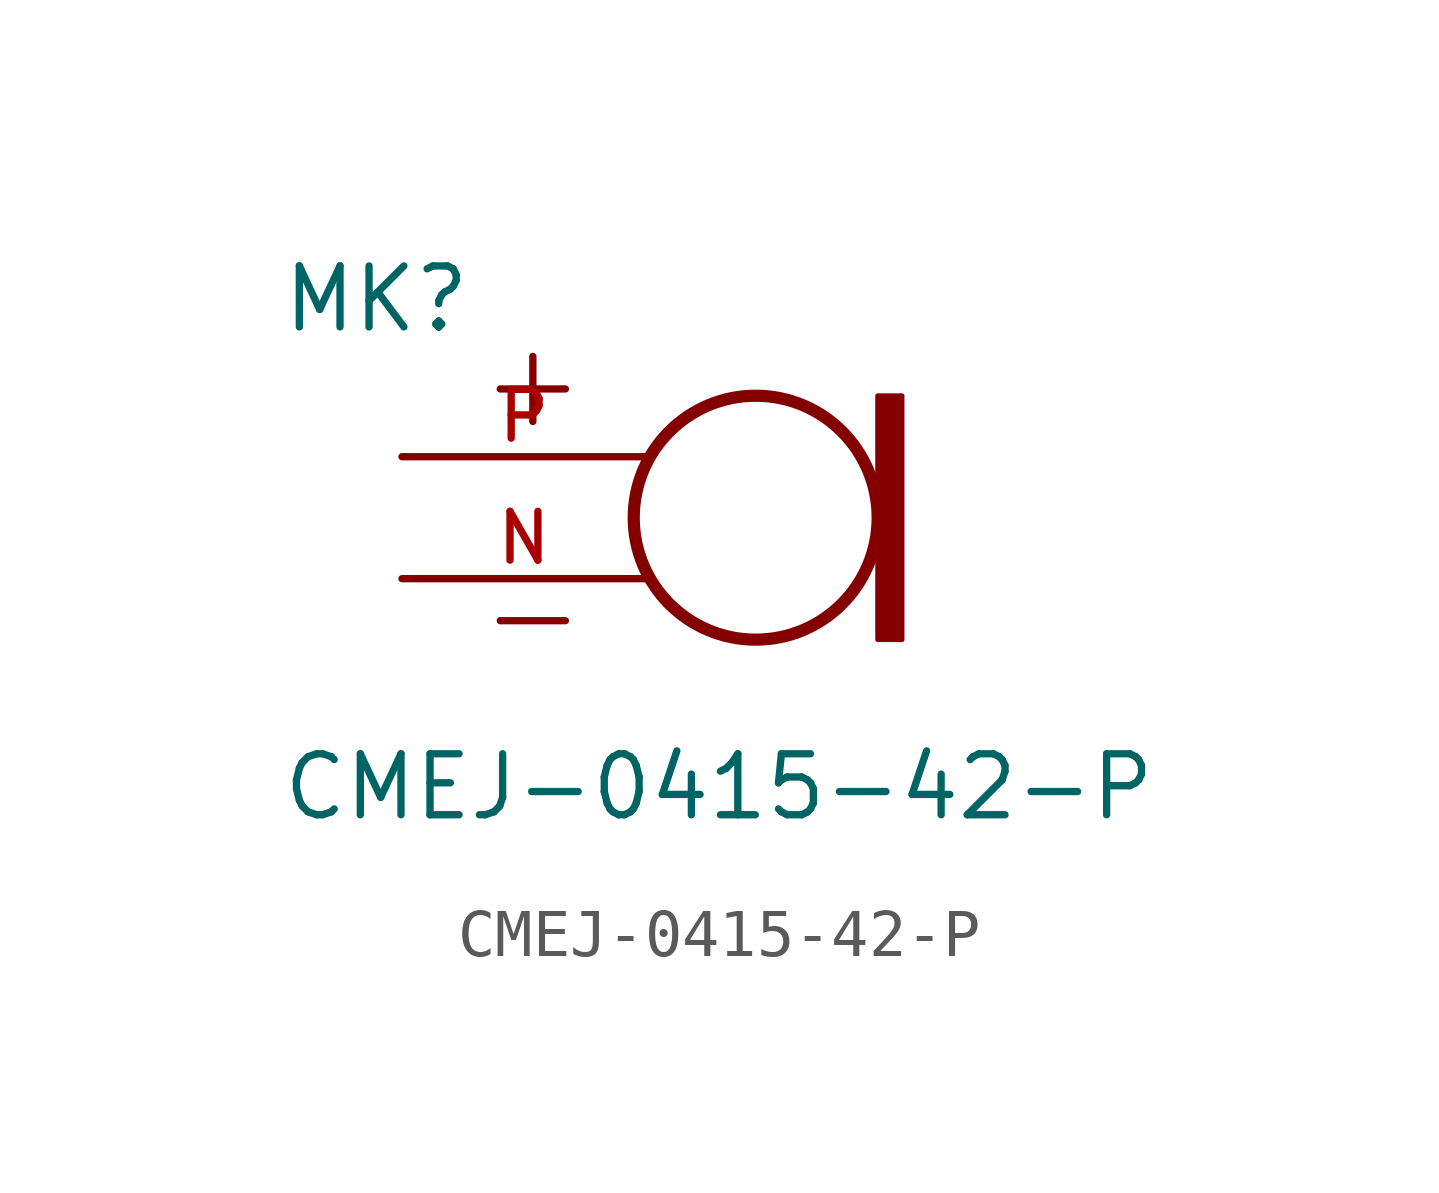
<source format=kicad_sym>
(kicad_symbol_lib
  (version 20211014)
  (generator kicad_symbol_editor)
  (symbol "CMEJ-0415-42-P"
    (pin_names
      (offset 1.016))
    (property "Reference" "MK"
      (at -7.62 2.54 0)
      (effects (font (size 1.27 1.27)) (justify bottom left)))
    (property "Value" "CMEJ-0415-42-P"
      (at -7.62 -7.62 0)
      (effects (font (size 1.27 1.27)) (justify bottom left)))
    (symbol "CMEJ-0415-42-P_0_0"
      (circle (center 2.286 -1.27) (radius 2.54) (stroke (width 0.254)) (fill (type none)))
      (rectangle (start 4.826 -3.81) (end 5.334 1.27) (stroke (width 0.1)) (fill (type outline)))
      (text "+" (at -3.556 0.508 0) (effects (font (size 1.778 1.778)) (justify bottom left)))
      (text "-" (at -3.556 -4.318 0) (effects (font (size 1.778 1.778)) (justify bottom left)))
      (pin passive line (at -5.08 0.0 0) (length 5.08) (name "~" (effects (font (size 1.016 1.016)))) (number "P" (effects (font (size 1.016 1.016)))))
      (pin passive line (at -5.08 -2.54 0) (length 5.08) (name "~" (effects (font (size 1.016 1.016)))) (number "N" (effects (font (size 1.016 1.016))))))))
</source>
